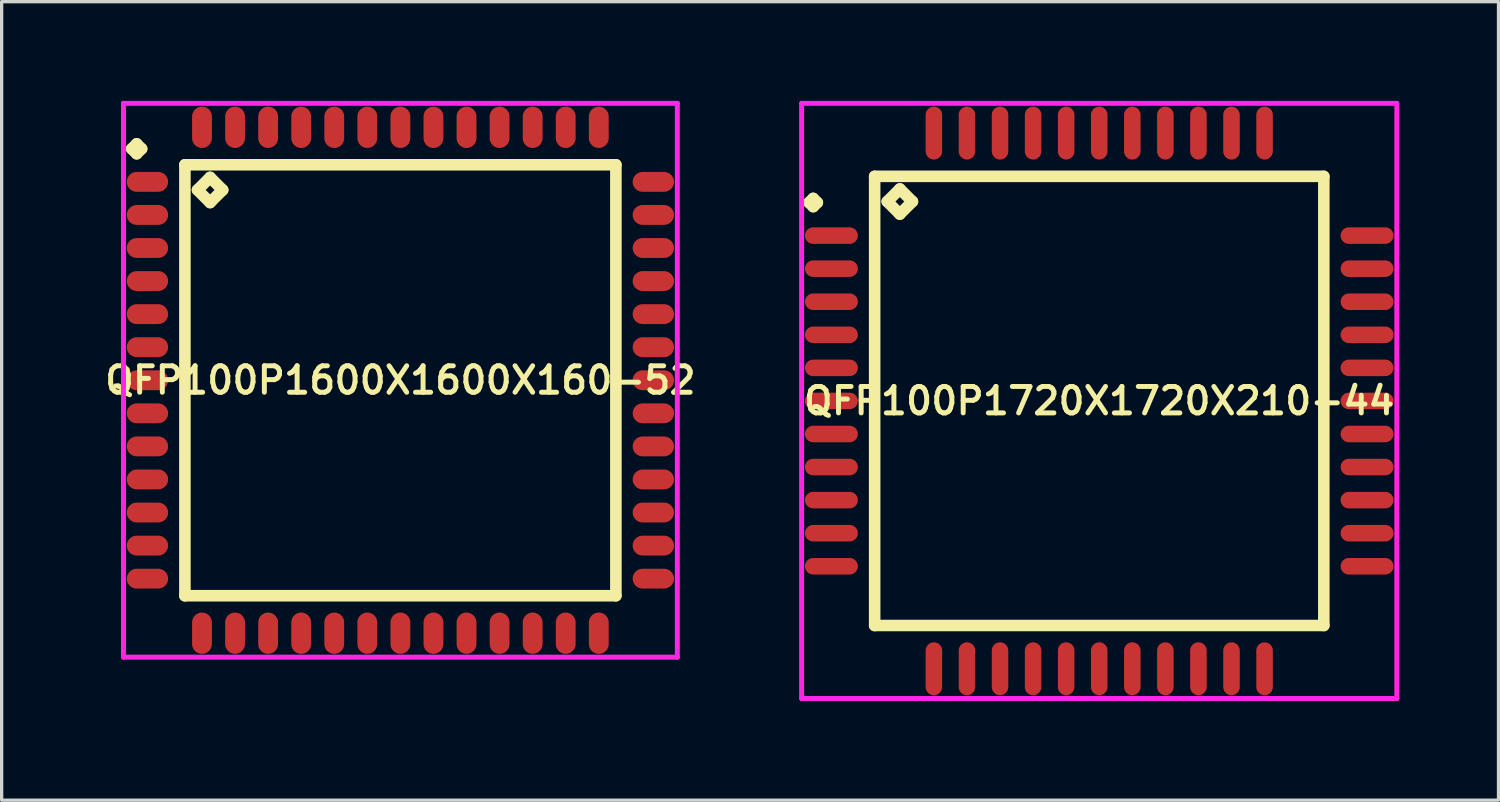
<source format=kicad_pcb>
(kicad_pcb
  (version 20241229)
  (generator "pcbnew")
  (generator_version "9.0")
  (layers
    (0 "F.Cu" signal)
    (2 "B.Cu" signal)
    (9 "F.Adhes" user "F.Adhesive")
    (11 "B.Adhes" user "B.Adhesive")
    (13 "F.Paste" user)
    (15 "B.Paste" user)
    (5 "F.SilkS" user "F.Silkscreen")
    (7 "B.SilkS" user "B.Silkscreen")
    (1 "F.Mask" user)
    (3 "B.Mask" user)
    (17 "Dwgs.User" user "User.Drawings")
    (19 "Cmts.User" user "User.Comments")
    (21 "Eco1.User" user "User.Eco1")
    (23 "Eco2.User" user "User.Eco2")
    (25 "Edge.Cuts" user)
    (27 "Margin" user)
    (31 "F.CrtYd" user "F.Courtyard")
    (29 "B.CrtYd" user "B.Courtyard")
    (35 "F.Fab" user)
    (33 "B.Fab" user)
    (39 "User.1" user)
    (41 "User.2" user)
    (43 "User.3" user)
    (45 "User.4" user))
  (footprint "QFP100P1720X1720X210-44"
    (layer "F.Cu")
    (at 30.194 9.075)
    (property "Reference" "QFP100P1720X1720X210-44" (at 0 0 0) (layer "F.SilkS") (effects (font (size 0.8 0.8) (thickness 0.15))))
    (attr through_hole)
    (fp_line (start -8.775 -6) (end -8.65 -6.125) (stroke (width 0.35) (type solid)) (layer "F.SilkS"))
    (fp_line (start -8.65 -6.125) (end -8.525 -6) (stroke (width 0.35) (type solid)) (layer "F.SilkS"))
    (fp_line (start -8.65 -5.875) (end -8.775 -6) (stroke (width 0.35) (type solid)) (layer "F.SilkS"))
    (fp_line (start -8.525 -6) (end -8.65 -5.875) (stroke (width 0.35) (type solid)) (layer "F.SilkS"))
    (fp_line (start -6.792 -6.792) (end -6.792 6.792) (stroke (width 0.35) (type solid)) (layer "F.SilkS"))
    (fp_line (start -6.792 6.792) (end 6.792 6.792) (stroke (width 0.35) (type solid)) (layer "F.SilkS"))
    (fp_line (start -6.411 -6.03) (end -6.03 -6.411) (stroke (width 0.35) (type solid)) (layer "F.SilkS"))
    (fp_line (start -6.03 -6.411) (end -5.649 -6.03) (stroke (width 0.35) (type solid)) (layer "F.SilkS"))
    (fp_line (start -6.03 -5.649) (end -6.411 -6.03) (stroke (width 0.35) (type solid)) (layer "F.SilkS"))
    (fp_line (start -5.649 -6.03) (end -6.03 -5.649) (stroke (width 0.35) (type solid)) (layer "F.SilkS"))
    (fp_line (start 6.792 -6.792) (end -6.792 -6.792) (stroke (width 0.35) (type solid)) (layer "F.SilkS"))
    (fp_line (start 6.792 6.792) (end 6.792 -6.792) (stroke (width 0.35) (type solid)) (layer "F.SilkS"))
    (fp_line (start -9 -9) (end 9 -9) (stroke (width 0.15) (type solid)) (layer "F.CrtYd"))
    (fp_line (start -9 9) (end -9 -9) (stroke (width 0.15) (type solid)) (layer "F.CrtYd"))
    (fp_line (start 9 -9) (end 9 9) (stroke (width 0.15) (type solid)) (layer "F.CrtYd"))
    (fp_line (start 9 9) (end -9 9) (stroke (width 0.15) (type solid)) (layer "F.CrtYd"))
    (pad "1" smd oval (at -8.1 -5) (size 1.6 0.5) (layers "F.Cu" "F.Mask" "F.Paste"))
    (pad "2" smd oval (at -8.1 -4) (size 1.6 0.5) (layers "F.Cu" "F.Mask" "F.Paste"))
    (pad "3" smd oval (at -8.1 -3) (size 1.6 0.5) (layers "F.Cu" "F.Mask" "F.Paste"))
    (pad "4" smd oval (at -8.1 -2) (size 1.6 0.5) (layers "F.Cu" "F.Mask" "F.Paste"))
    (pad "5" smd oval (at -8.1 -1) (size 1.6 0.5) (layers "F.Cu" "F.Mask" "F.Paste"))
    (pad "6" smd oval (at -8.1 0) (size 1.6 0.5) (layers "F.Cu" "F.Mask" "F.Paste"))
    (pad "7" smd oval (at -8.1 1) (size 1.6 0.5) (layers "F.Cu" "F.Mask" "F.Paste"))
    (pad "8" smd oval (at -8.1 2) (size 1.6 0.5) (layers "F.Cu" "F.Mask" "F.Paste"))
    (pad "9" smd oval (at -8.1 3) (size 1.6 0.5) (layers "F.Cu" "F.Mask" "F.Paste"))
    (pad "10" smd oval (at -8.1 4) (size 1.6 0.5) (layers "F.Cu" "F.Mask" "F.Paste"))
    (pad "11" smd oval (at -8.1 5) (size 1.6 0.5) (layers "F.Cu" "F.Mask" "F.Paste"))
    (pad "12" smd oval (at -5 8.1) (size 0.5 1.6) (layers "F.Cu" "F.Mask" "F.Paste"))
    (pad "13" smd oval (at -4 8.1) (size 0.5 1.6) (layers "F.Cu" "F.Mask" "F.Paste"))
    (pad "14" smd oval (at -3 8.1) (size 0.5 1.6) (layers "F.Cu" "F.Mask" "F.Paste"))
    (pad "15" smd oval (at -2 8.1) (size 0.5 1.6) (layers "F.Cu" "F.Mask" "F.Paste"))
    (pad "16" smd oval (at -1 8.1) (size 0.5 1.6) (layers "F.Cu" "F.Mask" "F.Paste"))
    (pad "17" smd oval (at 0 8.1) (size 0.5 1.6) (layers "F.Cu" "F.Mask" "F.Paste"))
    (pad "18" smd oval (at 1 8.1) (size 0.5 1.6) (layers "F.Cu" "F.Mask" "F.Paste"))
    (pad "19" smd oval (at 2 8.1) (size 0.5 1.6) (layers "F.Cu" "F.Mask" "F.Paste"))
    (pad "20" smd oval (at 3 8.1) (size 0.5 1.6) (layers "F.Cu" "F.Mask" "F.Paste"))
    (pad "21" smd oval (at 4 8.1) (size 0.5 1.6) (layers "F.Cu" "F.Mask" "F.Paste"))
    (pad "22" smd oval (at 5 8.1) (size 0.5 1.6) (layers "F.Cu" "F.Mask" "F.Paste"))
    (pad "23" smd oval (at 8.1 5) (size 1.6 0.5) (layers "F.Cu" "F.Mask" "F.Paste"))
    (pad "24" smd oval (at 8.1 4) (size 1.6 0.5) (layers "F.Cu" "F.Mask" "F.Paste"))
    (pad "25" smd oval (at 8.1 3) (size 1.6 0.5) (layers "F.Cu" "F.Mask" "F.Paste"))
    (pad "26" smd oval (at 8.1 2) (size 1.6 0.5) (layers "F.Cu" "F.Mask" "F.Paste"))
    (pad "27" smd oval (at 8.1 1) (size 1.6 0.5) (layers "F.Cu" "F.Mask" "F.Paste"))
    (pad "28" smd oval (at 8.1 0) (size 1.6 0.5) (layers "F.Cu" "F.Mask" "F.Paste"))
    (pad "29" smd oval (at 8.1 -1) (size 1.6 0.5) (layers "F.Cu" "F.Mask" "F.Paste"))
    (pad "30" smd oval (at 8.1 -2) (size 1.6 0.5) (layers "F.Cu" "F.Mask" "F.Paste"))
    (pad "31" smd oval (at 8.1 -3) (size 1.6 0.5) (layers "F.Cu" "F.Mask" "F.Paste"))
    (pad "32" smd oval (at 8.1 -4) (size 1.6 0.5) (layers "F.Cu" "F.Mask" "F.Paste"))
    (pad "33" smd oval (at 8.1 -5) (size 1.6 0.5) (layers "F.Cu" "F.Mask" "F.Paste"))
    (pad "34" smd oval (at 5 -8.1) (size 0.5 1.6) (layers "F.Cu" "F.Mask" "F.Paste"))
    (pad "35" smd oval (at 4 -8.1) (size 0.5 1.6) (layers "F.Cu" "F.Mask" "F.Paste"))
    (pad "36" smd oval (at 3 -8.1) (size 0.5 1.6) (layers "F.Cu" "F.Mask" "F.Paste"))
    (pad "37" smd oval (at 2 -8.1) (size 0.5 1.6) (layers "F.Cu" "F.Mask" "F.Paste"))
    (pad "38" smd oval (at 1 -8.1) (size 0.5 1.6) (layers "F.Cu" "F.Mask" "F.Paste"))
    (pad "39" smd oval (at 0 -8.1) (size 0.5 1.6) (layers "F.Cu" "F.Mask" "F.Paste"))
    (pad "40" smd oval (at -1 -8.1) (size 0.5 1.6) (layers "F.Cu" "F.Mask" "F.Paste"))
    (pad "41" smd oval (at -2 -8.1) (size 0.5 1.6) (layers "F.Cu" "F.Mask" "F.Paste"))
    (pad "42" smd oval (at -3 -8.1) (size 0.5 1.6) (layers "F.Cu" "F.Mask" "F.Paste"))
    (pad "43" smd oval (at -4 -8.1) (size 0.5 1.6) (layers "F.Cu" "F.Mask" "F.Paste"))
    (pad "44" smd oval (at -5 -8.1) (size 0.5 1.6) (layers "F.Cu" "F.Mask" "F.Paste")))
  (footprint "QFP100P1600X1600X160-52"
    (layer "F.Cu")
    (at 9.059 8.45)
    (property "Reference" "QFP100P1600X1600X160-52" (at 0 0 0) (layer "F.SilkS") (effects (font (size 0.8 0.8) (thickness 0.15))))
    (attr smd)
    (fp_line (start -8.125 -7) (end -7.975 -7.15) (stroke (width 0.35) (type solid)) (layer "F.SilkS"))
    (fp_line (start -7.975 -7.15) (end -7.825 -7) (stroke (width 0.35) (type solid)) (layer "F.SilkS"))
    (fp_line (start -7.975 -6.85) (end -8.125 -7) (stroke (width 0.35) (type solid)) (layer "F.SilkS"))
    (fp_line (start -7.825 -7) (end -7.975 -6.85) (stroke (width 0.35) (type solid)) (layer "F.SilkS"))
    (fp_line (start -6.517 -6.517) (end -6.517 6.517) (stroke (width 0.35) (type solid)) (layer "F.SilkS"))
    (fp_line (start -6.517 6.517) (end 6.517 6.517) (stroke (width 0.35) (type solid)) (layer "F.SilkS"))
    (fp_line (start -6.136 -5.755) (end -5.755 -6.136) (stroke (width 0.35) (type solid)) (layer "F.SilkS"))
    (fp_line (start -5.755 -6.136) (end -5.374 -5.755) (stroke (width 0.35) (type solid)) (layer "F.SilkS"))
    (fp_line (start -5.755 -5.374) (end -6.136 -5.755) (stroke (width 0.35) (type solid)) (layer "F.SilkS"))
    (fp_line (start -5.374 -5.755) (end -5.755 -5.374) (stroke (width 0.35) (type solid)) (layer "F.SilkS"))
    (fp_line (start 6.517 -6.517) (end -6.517 -6.517) (stroke (width 0.35) (type solid)) (layer "F.SilkS"))
    (fp_line (start 6.517 6.517) (end 6.517 -6.517) (stroke (width 0.35) (type solid)) (layer "F.SilkS"))
    (fp_line (start -8.375 -8.375) (end 8.375 -8.375) (stroke (width 0.15) (type solid)) (layer "F.CrtYd"))
    (fp_line (start -8.375 8.375) (end -8.375 -8.375) (stroke (width 0.15) (type solid)) (layer "F.CrtYd"))
    (fp_line (start 8.375 -8.375) (end 8.375 8.375) (stroke (width 0.15) (type solid)) (layer "F.CrtYd"))
    (fp_line (start 8.375 8.375) (end -8.375 8.375) (stroke (width 0.15) (type solid)) (layer "F.CrtYd"))
    (pad "1" smd oval (at -7.65 -6) (size 1.25 0.6) (layers "F.Cu" "F.Mask" "F.Paste"))
    (pad "2" smd oval (at -7.65 -5) (size 1.25 0.6) (layers "F.Cu" "F.Mask" "F.Paste"))
    (pad "3" smd oval (at -7.65 -4) (size 1.25 0.6) (layers "F.Cu" "F.Mask" "F.Paste"))
    (pad "4" smd oval (at -7.65 -3) (size 1.25 0.6) (layers "F.Cu" "F.Mask" "F.Paste"))
    (pad "5" smd oval (at -7.65 -2) (size 1.25 0.6) (layers "F.Cu" "F.Mask" "F.Paste"))
    (pad "6" smd oval (at -7.65 -1) (size 1.25 0.6) (layers "F.Cu" "F.Mask" "F.Paste"))
    (pad "7" smd oval (at -7.65 0) (size 1.25 0.6) (layers "F.Cu" "F.Mask" "F.Paste"))
    (pad "8" smd oval (at -7.65 1) (size 1.25 0.6) (layers "F.Cu" "F.Mask" "F.Paste"))
    (pad "9" smd oval (at -7.65 2) (size 1.25 0.6) (layers "F.Cu" "F.Mask" "F.Paste"))
    (pad "10" smd oval (at -7.65 3) (size 1.25 0.6) (layers "F.Cu" "F.Mask" "F.Paste"))
    (pad "11" smd oval (at -7.65 4) (size 1.25 0.6) (layers "F.Cu" "F.Mask" "F.Paste"))
    (pad "12" smd oval (at -7.65 5) (size 1.25 0.6) (layers "F.Cu" "F.Mask" "F.Paste"))
    (pad "13" smd oval (at -7.65 6) (size 1.25 0.6) (layers "F.Cu" "F.Mask" "F.Paste"))
    (pad "14" smd oval (at -6 7.65) (size 0.6 1.25) (layers "F.Cu" "F.Mask" "F.Paste"))
    (pad "15" smd oval (at -5 7.65) (size 0.6 1.25) (layers "F.Cu" "F.Mask" "F.Paste"))
    (pad "16" smd oval (at -4 7.65) (size 0.6 1.25) (layers "F.Cu" "F.Mask" "F.Paste"))
    (pad "17" smd oval (at -3 7.65) (size 0.6 1.25) (layers "F.Cu" "F.Mask" "F.Paste"))
    (pad "18" smd oval (at -2 7.65) (size 0.6 1.25) (layers "F.Cu" "F.Mask" "F.Paste"))
    (pad "19" smd oval (at -1 7.65) (size 0.6 1.25) (layers "F.Cu" "F.Mask" "F.Paste"))
    (pad "20" smd oval (at 0 7.65) (size 0.6 1.25) (layers "F.Cu" "F.Mask" "F.Paste"))
    (pad "21" smd oval (at 1 7.65) (size 0.6 1.25) (layers "F.Cu" "F.Mask" "F.Paste"))
    (pad "22" smd oval (at 2 7.65) (size 0.6 1.25) (layers "F.Cu" "F.Mask" "F.Paste"))
    (pad "23" smd oval (at 3 7.65) (size 0.6 1.25) (layers "F.Cu" "F.Mask" "F.Paste"))
    (pad "24" smd oval (at 4 7.65) (size 0.6 1.25) (layers "F.Cu" "F.Mask" "F.Paste"))
    (pad "25" smd oval (at 5 7.65) (size 0.6 1.25) (layers "F.Cu" "F.Mask" "F.Paste"))
    (pad "26" smd oval (at 6 7.65) (size 0.6 1.25) (layers "F.Cu" "F.Mask" "F.Paste"))
    (pad "27" smd oval (at 7.65 6) (size 1.25 0.6) (layers "F.Cu" "F.Mask" "F.Paste"))
    (pad "28" smd oval (at 7.65 5) (size 1.25 0.6) (layers "F.Cu" "F.Mask" "F.Paste"))
    (pad "29" smd oval (at 7.65 4) (size 1.25 0.6) (layers "F.Cu" "F.Mask" "F.Paste"))
    (pad "30" smd oval (at 7.65 3) (size 1.25 0.6) (layers "F.Cu" "F.Mask" "F.Paste"))
    (pad "31" smd oval (at 7.65 2) (size 1.25 0.6) (layers "F.Cu" "F.Mask" "F.Paste"))
    (pad "32" smd oval (at 7.65 1) (size 1.25 0.6) (layers "F.Cu" "F.Mask" "F.Paste"))
    (pad "33" smd oval (at 7.65 0) (size 1.25 0.6) (layers "F.Cu" "F.Mask" "F.Paste"))
    (pad "34" smd oval (at 7.65 -1) (size 1.25 0.6) (layers "F.Cu" "F.Mask" "F.Paste"))
    (pad "35" smd oval (at 7.65 -2) (size 1.25 0.6) (layers "F.Cu" "F.Mask" "F.Paste"))
    (pad "36" smd oval (at 7.65 -3) (size 1.25 0.6) (layers "F.Cu" "F.Mask" "F.Paste"))
    (pad "37" smd oval (at 7.65 -4) (size 1.25 0.6) (layers "F.Cu" "F.Mask" "F.Paste"))
    (pad "38" smd oval (at 7.65 -5) (size 1.25 0.6) (layers "F.Cu" "F.Mask" "F.Paste"))
    (pad "39" smd oval (at 7.65 -6) (size 1.25 0.6) (layers "F.Cu" "F.Mask" "F.Paste"))
    (pad "40" smd oval (at 6 -7.65) (size 0.6 1.25) (layers "F.Cu" "F.Mask" "F.Paste"))
    (pad "41" smd oval (at 5 -7.65) (size 0.6 1.25) (layers "F.Cu" "F.Mask" "F.Paste"))
    (pad "42" smd oval (at 4 -7.65) (size 0.6 1.25) (layers "F.Cu" "F.Mask" "F.Paste"))
    (pad "43" smd oval (at 3 -7.65) (size 0.6 1.25) (layers "F.Cu" "F.Mask" "F.Paste"))
    (pad "44" smd oval (at 2 -7.65) (size 0.6 1.25) (layers "F.Cu" "F.Mask" "F.Paste"))
    (pad "45" smd oval (at 1 -7.65) (size 0.6 1.25) (layers "F.Cu" "F.Mask" "F.Paste"))
    (pad "46" smd oval (at 0 -7.65) (size 0.6 1.25) (layers "F.Cu" "F.Mask" "F.Paste"))
    (pad "47" smd oval (at -1 -7.65) (size 0.6 1.25) (layers "F.Cu" "F.Mask" "F.Paste"))
    (pad "48" smd oval (at -2 -7.65) (size 0.6 1.25) (layers "F.Cu" "F.Mask" "F.Paste"))
    (pad "49" smd oval (at -3 -7.65) (size 0.6 1.25) (layers "F.Cu" "F.Mask" "F.Paste"))
    (pad "50" smd oval (at -4 -7.65) (size 0.6 1.25) (layers "F.Cu" "F.Mask" "F.Paste"))
    (pad "51" smd oval (at -5 -7.65) (size 0.6 1.25) (layers "F.Cu" "F.Mask" "F.Paste"))
    (pad "52" smd oval (at -6 -7.65) (size 0.6 1.25) (layers "F.Cu" "F.Mask" "F.Paste")))
  (gr_rect
    (start -3 -3)
    (end 42.269 21.15)
    (stroke (width 0.1) (type default))
    (fill no)
    (layer "Edge.Cuts")))
</source>
